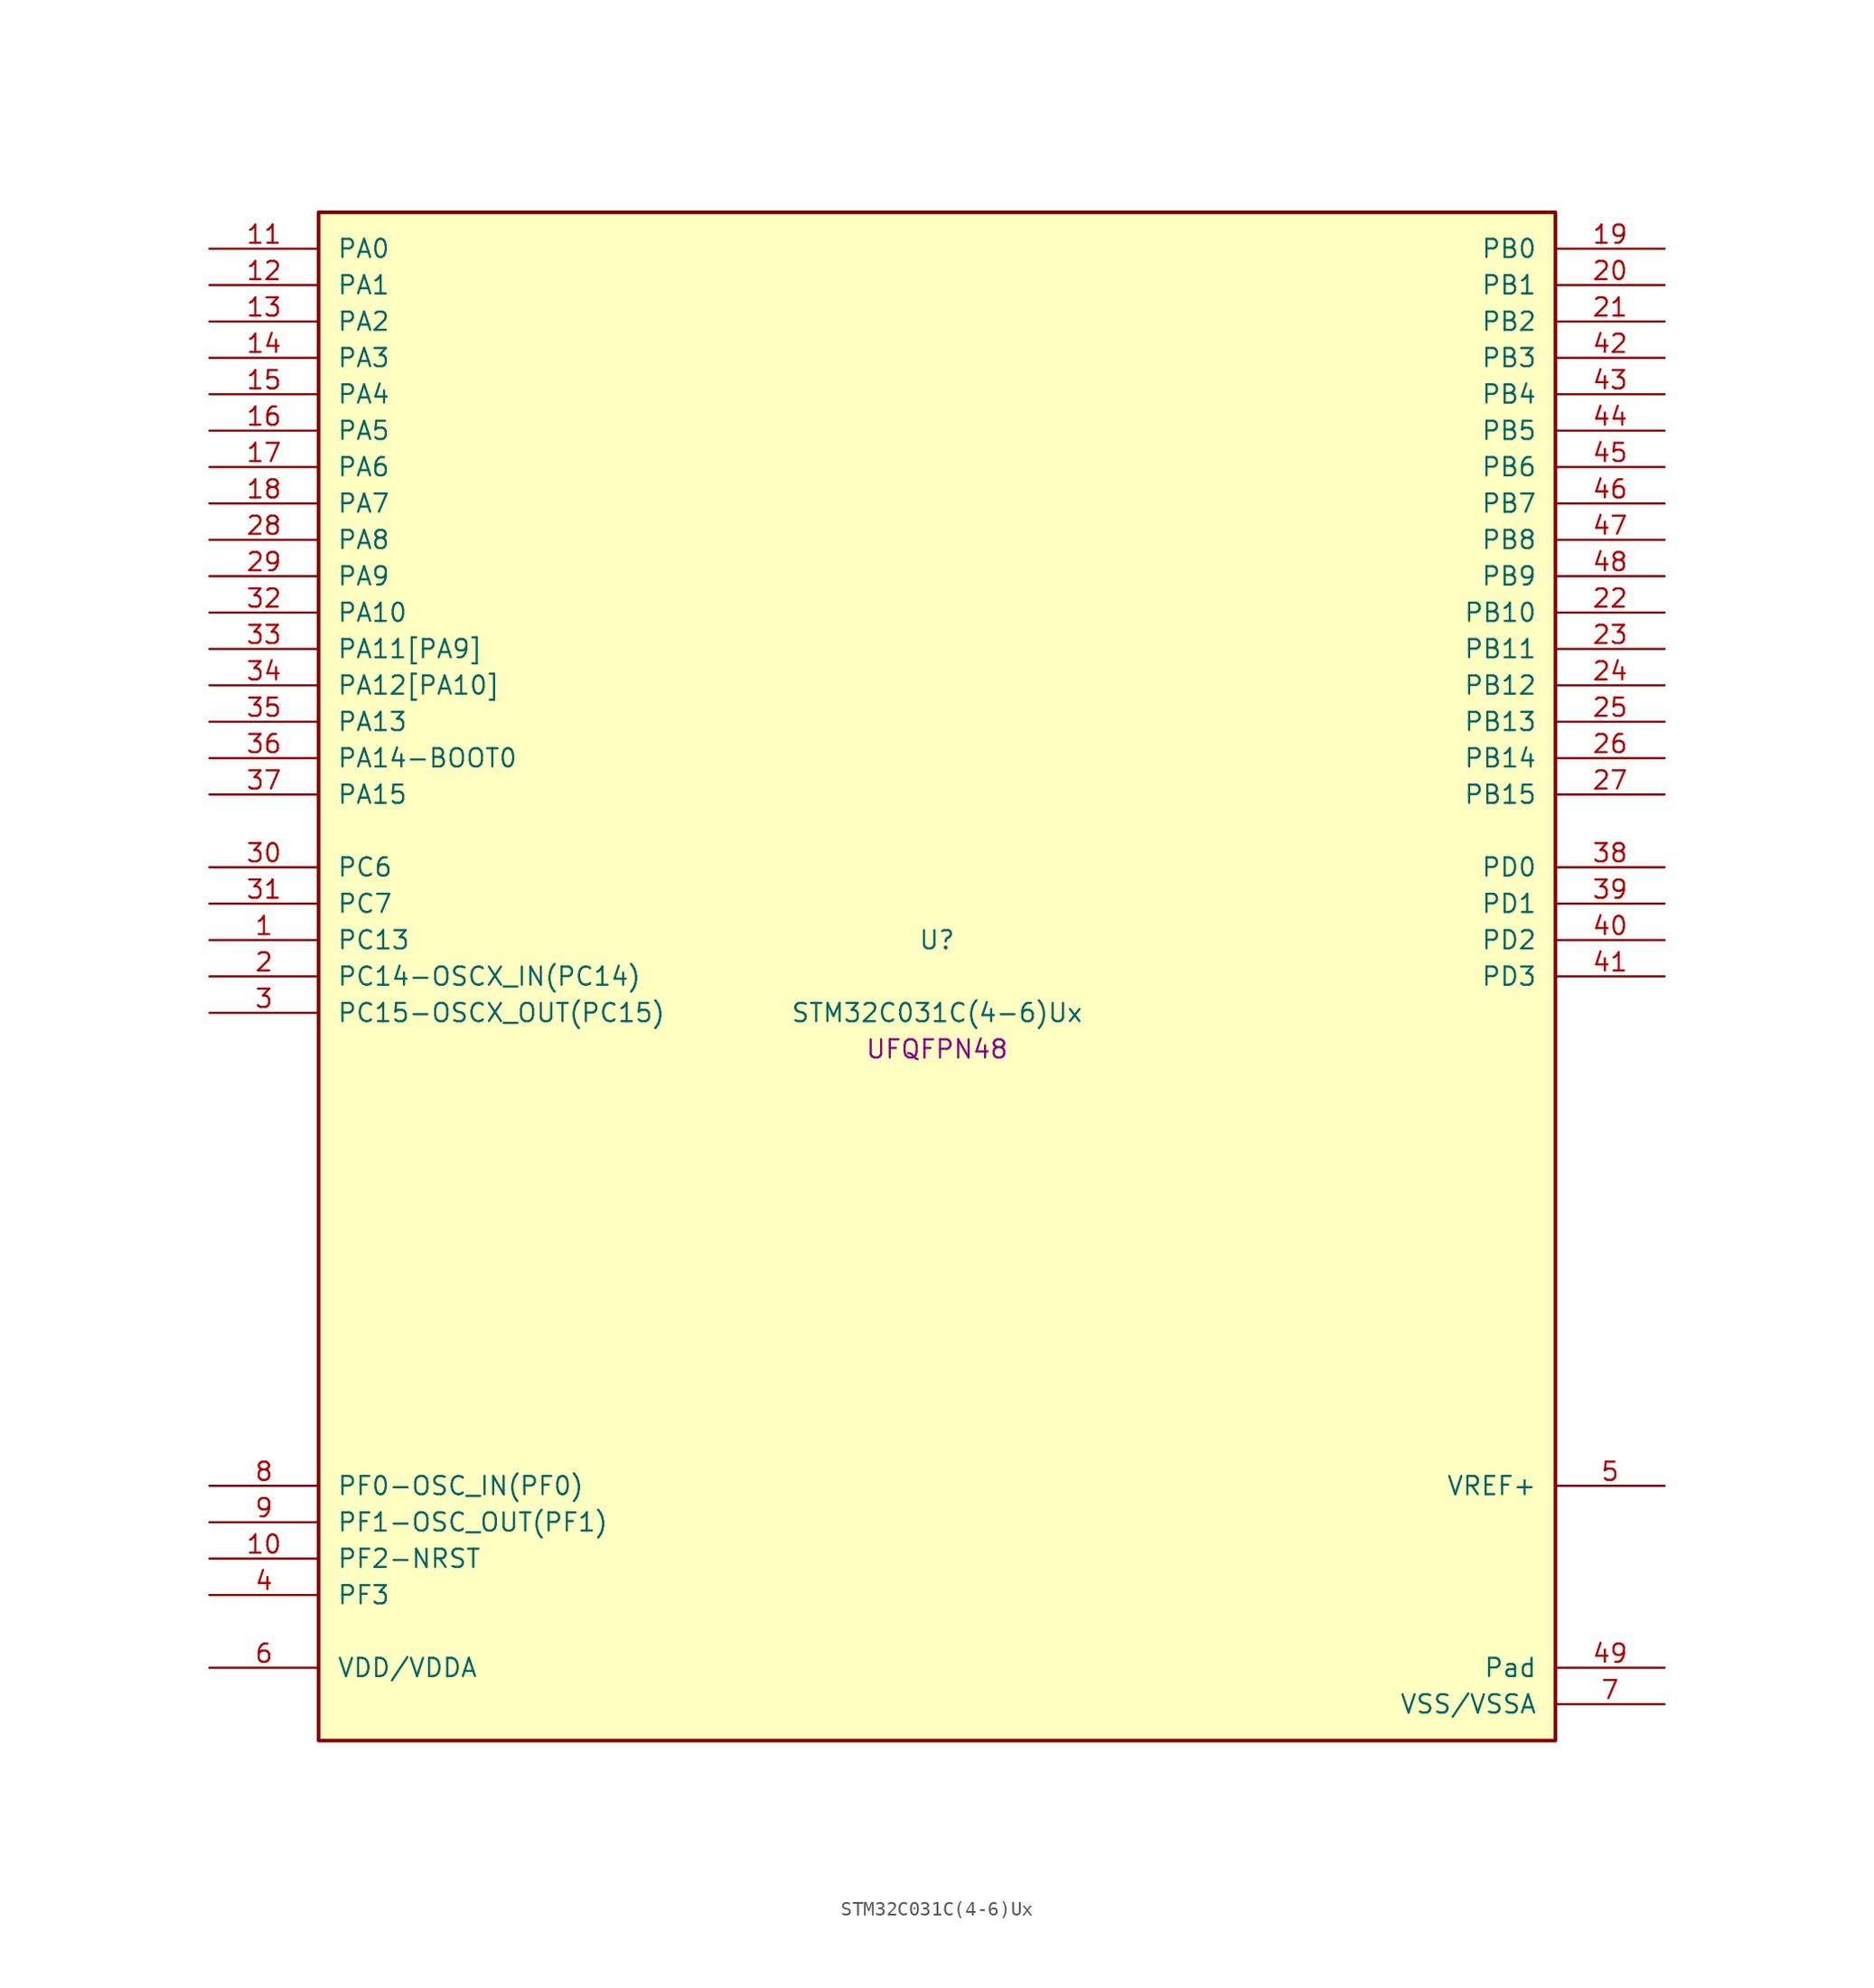
<source format=kicad_sym>
(kicad_symbol_lib
  (version 20241209)
  (generator "stm32_pkl_generator")
  (generator_version "1.0")
  (symbol "STM32C031C(4-6)Ux"
    (pin_names
      (offset 1.27))
    (property "Reference" "U"
      (at 0 2.54 0))
    (property "Value" "STM32C031C(4-6)Ux"
      (at 0 -2.54 0))
    (property "Footprint" "UFQFPN48"
      (at 0 -5.08 0))
    (symbol "STM32C031C(4-6)Ux_1_1"
      (rectangle (start -43.18 53.34) (end 43.18 -53.34) (stroke (width 0.254) (type solid)) (fill (type background)))
      (pin bidirectional line (at -50.8 50.8 0) (length 7.62) (name "PA0") (number "11") (alternate "PA0/ADC1_IN0" bidirectional line) (alternate "PA0/PWR_WKUP1" bidirectional line) (alternate "PA0/TIM16_CH1" bidirectional line) (alternate "PA0/TIM1_CH1" bidirectional line) (alternate "PA0/USART1_TX" bidirectional line) (alternate "PA0/USART2_CTS" bidirectional line) (alternate "PA0/USART2_NSS" bidirectional line))
      (pin bidirectional line (at -50.8 48.26 0) (length 7.62) (name "PA1") (number "12") (alternate "PA1/ADC1_IN1" bidirectional line) (alternate "PA1/I2C1_SMBA" bidirectional line) (alternate "PA1/I2S1_CK" bidirectional line) (alternate "PA1/SPI1_SCK" bidirectional line) (alternate "PA1/TIM17_CH1" bidirectional line) (alternate "PA1/TIM1_CH2" bidirectional line) (alternate "PA1/USART1_RX" bidirectional line) (alternate "PA1/USART2_CK" bidirectional line) (alternate "PA1/USART2_DE" bidirectional line) (alternate "PA1/USART2_RTS" bidirectional line))
      (pin bidirectional line (at -50.8 45.72 0) (length 7.62) (name "PA2") (number "13") (alternate "PA2/ADC1_IN2" bidirectional line) (alternate "PA2/I2S1_SD" bidirectional line) (alternate "PA2/PWR_WKUP4" bidirectional line) (alternate "PA2/RCC_LSCO" bidirectional line) (alternate "PA2/SPI1_MOSI" bidirectional line) (alternate "PA2/TIM16_CH1N" bidirectional line) (alternate "PA2/TIM1_CH3" bidirectional line) (alternate "PA2/TIM3_ETR" bidirectional line) (alternate "PA2/USART2_TX" bidirectional line))
      (pin bidirectional line (at -50.8 43.18 0) (length 7.62) (name "PA3") (number "14") (alternate "PA3/ADC1_IN3" bidirectional line) (alternate "PA3/TIM1_CH1N" bidirectional line) (alternate "PA3/TIM1_CH4" bidirectional line) (alternate "PA3/USART2_RX" bidirectional line))
      (pin bidirectional line (at -50.8 40.64 0) (length 7.62) (name "PA4") (number "15") (alternate "PA4/ADC1_IN4" bidirectional line) (alternate "PA4/I2S1_WS" bidirectional line) (alternate "PA4/RTC_OUT2" bidirectional line) (alternate "PA4/SPI1_NSS" bidirectional line) (alternate "PA4/TIM14_CH1" bidirectional line) (alternate "PA4/TIM17_CH1N" bidirectional line) (alternate "PA4/TIM1_CH2N" bidirectional line) (alternate "PA4/USART2_TX" bidirectional line))
      (pin bidirectional line (at -50.8 38.1 0) (length 7.62) (name "PA5") (number "16") (alternate "PA5/ADC1_IN5" bidirectional line) (alternate "PA5/I2S1_CK" bidirectional line) (alternate "PA5/SPI1_SCK" bidirectional line) (alternate "PA5/TIM1_CH1" bidirectional line) (alternate "PA5/TIM1_CH3N" bidirectional line) (alternate "PA5/USART2_RX" bidirectional line))
      (pin bidirectional line (at -50.8 35.56 0) (length 7.62) (name "PA6") (number "17") (alternate "PA6/ADC1_IN6" bidirectional line) (alternate "PA6/I2S1_MCK" bidirectional line) (alternate "PA6/SPI1_MISO" bidirectional line) (alternate "PA6/TIM16_CH1" bidirectional line) (alternate "PA6/TIM1_BKIN" bidirectional line) (alternate "PA6/TIM3_CH1" bidirectional line))
      (pin bidirectional line (at -50.8 33.02 0) (length 7.62) (name "PA7") (number "18") (alternate "PA7/ADC1_IN7" bidirectional line) (alternate "PA7/I2S1_SD" bidirectional line) (alternate "PA7/SPI1_MOSI" bidirectional line) (alternate "PA7/TIM14_CH1" bidirectional line) (alternate "PA7/TIM17_CH1" bidirectional line) (alternate "PA7/TIM1_CH1N" bidirectional line) (alternate "PA7/TIM3_CH2" bidirectional line))
      (pin bidirectional line (at -50.8 30.48 0) (length 7.62) (name "PA8") (number "28") (alternate "PA8/ADC1_IN8" bidirectional line) (alternate "PA8/I2S1_WS" bidirectional line) (alternate "PA8/RCC_MCO" bidirectional line) (alternate "PA8/RCC_MCO_2" bidirectional line) (alternate "PA8/SPI1_NSS" bidirectional line) (alternate "PA8/TIM14_CH1" bidirectional line) (alternate "PA8/TIM1_CH1" bidirectional line) (alternate "PA8/TIM1_CH2N" bidirectional line) (alternate "PA8/TIM1_CH3N" bidirectional line) (alternate "PA8/TIM3_CH3" bidirectional line) (alternate "PA8/TIM3_CH4" bidirectional line) (alternate "PA8/USART1_RX" bidirectional line) (alternate "PA8/USART2_TX" bidirectional line))
      (pin bidirectional line (at -50.8 27.94 0) (length 7.62) (name "PA9") (number "29") (alternate "PA9/I2C1_SCL" bidirectional line) (alternate "PA9/RCC_MCO" bidirectional line) (alternate "PA9/TIM1_CH2" bidirectional line) (alternate "PA9/TIM3_ETR" bidirectional line) (alternate "PA9/USART1_TX" bidirectional line) (alternate "PA9/NC" bidirectional line))
      (pin bidirectional line (at -50.8 25.4 0) (length 7.62) (name "PA10") (number "32") (alternate "PA10/I2C1_SDA" bidirectional line) (alternate "PA10/RCC_MCO_2" bidirectional line) (alternate "PA10/TIM17_BKIN" bidirectional line) (alternate "PA10/TIM1_CH3" bidirectional line) (alternate "PA10/USART1_RX" bidirectional line) (alternate "PA10/NC" bidirectional line))
      (pin bidirectional line (at -50.8 22.86 0) (length 7.62) (name "PA11[PA9]") (number "33") (alternate "PA11[PA9]/ADC1_EXTI11" bidirectional line) (alternate "PA11[PA9]/ADC1_IN11" bidirectional line) (alternate "PA11[PA9]/I2S1_MCK" bidirectional line) (alternate "PA11[PA9]/SPI1_MISO" bidirectional line) (alternate "PA11[PA9]/TIM1_BKIN2" bidirectional line) (alternate "PA11[PA9]/TIM1_CH4" bidirectional line) (alternate "PA11[PA9]/USART1_CTS" bidirectional line) (alternate "PA11[PA9]/USART1_NSS" bidirectional line) (alternate "PA11[PA9]/PA9[PA11]" bidirectional line) (alternate "PA11[PA9]/I2C1_SCL" bidirectional line) (alternate "PA11[PA9]/RCC_MCO" bidirectional line) (alternate "PA11[PA9]/TIM1_CH2" bidirectional line) (alternate "PA11[PA9]/TIM3_ETR" bidirectional line) (alternate "PA11[PA9]/USART1_TX" bidirectional line))
      (pin bidirectional line (at -50.8 20.32 0) (length 7.62) (name "PA12[PA10]") (number "34") (alternate "PA12[PA10]/ADC1_IN12" bidirectional line) (alternate "PA12[PA10]/I2S1_SD" bidirectional line) (alternate "PA12[PA10]/I2S_CKIN" bidirectional line) (alternate "PA12[PA10]/SPI1_MOSI" bidirectional line) (alternate "PA12[PA10]/TIM1_ETR" bidirectional line) (alternate "PA12[PA10]/USART1_CK" bidirectional line) (alternate "PA12[PA10]/USART1_DE" bidirectional line) (alternate "PA12[PA10]/USART1_RTS" bidirectional line) (alternate "PA12[PA10]/PA10[PA12]" bidirectional line) (alternate "PA12[PA10]/I2C1_SDA" bidirectional line) (alternate "PA12[PA10]/RCC_MCO_2" bidirectional line) (alternate "PA12[PA10]/TIM17_BKIN" bidirectional line) (alternate "PA12[PA10]/TIM1_CH3" bidirectional line) (alternate "PA12[PA10]/USART1_RX" bidirectional line))
      (pin bidirectional line (at -50.8 17.78 0) (length 7.62) (name "PA13") (number "35") (alternate "PA13/ADC1_IN13" bidirectional line) (alternate "PA13/DEBUG_SWDIO" bidirectional line) (alternate "PA13/IR_OUT" bidirectional line) (alternate "PA13/TIM3_ETR" bidirectional line) (alternate "PA13/USART2_RX" bidirectional line))
      (pin bidirectional line (at -50.8 15.24 0) (length 7.62) (name "PA14-BOOT0") (number "36") (alternate "PA14-BOOT0/ADC1_IN14" bidirectional line) (alternate "PA14-BOOT0/DEBUG_SWCLK" bidirectional line) (alternate "PA14-BOOT0/I2S1_WS" bidirectional line) (alternate "PA14-BOOT0/RCC_MCO_2" bidirectional line) (alternate "PA14-BOOT0/SPI1_NSS" bidirectional line) (alternate "PA14-BOOT0/TIM1_CH1" bidirectional line) (alternate "PA14-BOOT0/USART1_CK" bidirectional line) (alternate "PA14-BOOT0/USART1_DE" bidirectional line) (alternate "PA14-BOOT0/USART1_RTS" bidirectional line) (alternate "PA14-BOOT0/USART2_RX" bidirectional line) (alternate "PA14-BOOT0/USART2_TX" bidirectional line))
      (pin bidirectional line (at -50.8 12.7 0) (length 7.62) (name "PA15") (number "37") (alternate "PA15/I2S1_WS" bidirectional line) (alternate "PA15/RCC_MCO_2" bidirectional line) (alternate "PA15/SPI1_NSS" bidirectional line) (alternate "PA15/TIM1_CH1" bidirectional line) (alternate "PA15/USART1_CK" bidirectional line) (alternate "PA15/USART1_DE" bidirectional line) (alternate "PA15/USART1_RTS" bidirectional line) (alternate "PA15/USART2_RX" bidirectional line))
      (pin bidirectional line (at 50.8 50.8 180) (length 7.62) (name "PB0") (number "19") (alternate "PB0/ADC1_IN17" bidirectional line) (alternate "PB0/I2S1_WS" bidirectional line) (alternate "PB0/SPI1_NSS" bidirectional line) (alternate "PB0/TIM1_CH2N" bidirectional line) (alternate "PB0/TIM3_CH3" bidirectional line))
      (pin bidirectional line (at 50.8 48.26 180) (length 7.62) (name "PB1") (number "20") (alternate "PB1/ADC1_IN18" bidirectional line) (alternate "PB1/TIM14_CH1" bidirectional line) (alternate "PB1/TIM1_CH2N" bidirectional line) (alternate "PB1/TIM1_CH3N" bidirectional line) (alternate "PB1/TIM3_CH4" bidirectional line))
      (pin bidirectional line (at 50.8 45.72 180) (length 7.62) (name "PB2") (number "21") (alternate "PB2/ADC1_IN19" bidirectional line) (alternate "PB2/RCC_MCO_2" bidirectional line) (alternate "PB2/USART1_RX" bidirectional line))
      (pin bidirectional line (at 50.8 43.18 180) (length 7.62) (name "PB3") (number "42") (alternate "PB3/I2S1_CK" bidirectional line) (alternate "PB3/SPI1_SCK" bidirectional line) (alternate "PB3/TIM1_CH2" bidirectional line) (alternate "PB3/TIM3_CH2" bidirectional line) (alternate "PB3/USART1_CK" bidirectional line) (alternate "PB3/USART1_DE" bidirectional line) (alternate "PB3/USART1_RTS" bidirectional line))
      (pin bidirectional line (at 50.8 40.64 180) (length 7.62) (name "PB4") (number "43") (alternate "PB4/I2S1_MCK" bidirectional line) (alternate "PB4/SPI1_MISO" bidirectional line) (alternate "PB4/TIM17_BKIN" bidirectional line) (alternate "PB4/TIM3_CH1" bidirectional line) (alternate "PB4/USART1_CTS" bidirectional line) (alternate "PB4/USART1_NSS" bidirectional line))
      (pin bidirectional line (at 50.8 38.1 180) (length 7.62) (name "PB5") (number "44") (alternate "PB5/I2C1_SMBA" bidirectional line) (alternate "PB5/I2S1_SD" bidirectional line) (alternate "PB5/PWR_WKUP6" bidirectional line) (alternate "PB5/SPI1_MOSI" bidirectional line) (alternate "PB5/TIM16_BKIN" bidirectional line) (alternate "PB5/TIM3_CH2" bidirectional line) (alternate "PB5/TIM3_CH3" bidirectional line))
      (pin bidirectional line (at 50.8 35.56 180) (length 7.62) (name "PB6") (number "45") (alternate "PB6/I2C1_SCL" bidirectional line) (alternate "PB6/I2C1_SMBA" bidirectional line) (alternate "PB6/I2S1_CK" bidirectional line) (alternate "PB6/I2S1_MCK" bidirectional line) (alternate "PB6/I2S1_SD" bidirectional line) (alternate "PB6/PWR_WKUP3" bidirectional line) (alternate "PB6/SPI1_MISO" bidirectional line) (alternate "PB6/SPI1_MOSI" bidirectional line) (alternate "PB6/SPI1_SCK" bidirectional line) (alternate "PB6/TIM16_BKIN" bidirectional line) (alternate "PB6/TIM16_CH1N" bidirectional line) (alternate "PB6/TIM17_BKIN" bidirectional line) (alternate "PB6/TIM1_CH2" bidirectional line) (alternate "PB6/TIM1_CH3" bidirectional line) (alternate "PB6/TIM3_CH1" bidirectional line) (alternate "PB6/TIM3_CH2" bidirectional line) (alternate "PB6/TIM3_CH3" bidirectional line) (alternate "PB6/USART1_CK" bidirectional line) (alternate "PB6/USART1_CTS" bidirectional line) (alternate "PB6/USART1_DE" bidirectional line) (alternate "PB6/USART1_NSS" bidirectional line) (alternate "PB6/USART1_RTS" bidirectional line) (alternate "PB6/USART1_TX" bidirectional line))
      (pin bidirectional line (at 50.8 33.02 180) (length 7.62) (name "PB7") (number "46") (alternate "PB7/I2C1_SCL" bidirectional line) (alternate "PB7/I2C1_SDA" bidirectional line) (alternate "PB7/TIM16_CH1" bidirectional line) (alternate "PB7/TIM17_CH1N" bidirectional line) (alternate "PB7/TIM1_CH4" bidirectional line) (alternate "PB7/TIM3_CH1" bidirectional line) (alternate "PB7/TIM3_CH4" bidirectional line) (alternate "PB7/USART1_RX" bidirectional line) (alternate "PB7/USART2_CTS" bidirectional line) (alternate "PB7/USART2_NSS" bidirectional line))
      (pin bidirectional line (at 50.8 30.48 180) (length 7.62) (name "PB8") (number "47") (alternate "PB8/I2C1_SCL" bidirectional line) (alternate "PB8/TIM16_CH1" bidirectional line) (alternate "PB8/TIM3_CH1" bidirectional line) (alternate "PB8/USART2_CTS" bidirectional line) (alternate "PB8/USART2_NSS" bidirectional line))
      (pin bidirectional line (at 50.8 27.94 180) (length 7.62) (name "PB9") (number "48") (alternate "PB9/I2C1_SDA" bidirectional line) (alternate "PB9/IR_OUT" bidirectional line) (alternate "PB9/TIM17_CH1" bidirectional line) (alternate "PB9/TIM3_CH2" bidirectional line) (alternate "PB9/USART2_CK" bidirectional line) (alternate "PB9/USART2_DE" bidirectional line) (alternate "PB9/USART2_RTS" bidirectional line))
      (pin bidirectional line (at 50.8 25.4 180) (length 7.62) (name "PB10") (number "22") (alternate "PB10/ADC1_IN20" bidirectional line))
      (pin bidirectional line (at 50.8 22.86 180) (length 7.62) (name "PB11") (number "23") (alternate "PB11/ADC1_EXTI11" bidirectional line) (alternate "PB11/ADC1_IN21" bidirectional line))
      (pin bidirectional line (at 50.8 20.32 180) (length 7.62) (name "PB12") (number "24") (alternate "PB12/ADC1_IN22" bidirectional line) (alternate "PB12/TIM1_BKIN" bidirectional line) (alternate "PB12/TIM1_BKIN2" bidirectional line))
      (pin bidirectional line (at 50.8 17.78 180) (length 7.62) (name "PB13") (number "25") (alternate "PB13/TIM1_CH1N" bidirectional line))
      (pin bidirectional line (at 50.8 15.24 180) (length 7.62) (name "PB14") (number "26") (alternate "PB14/TIM1_CH2N" bidirectional line))
      (pin bidirectional line (at 50.8 12.7 180) (length 7.62) (name "PB15") (number "27") (alternate "PB15/RTC_REFIN" bidirectional line) (alternate "PB15/TIM1_CH3N" bidirectional line))
      (pin bidirectional line (at -50.8 7.62 0) (length 7.62) (name "PC6") (number "30") (alternate "PC6/TIM3_CH1" bidirectional line))
      (pin bidirectional line (at -50.8 5.08 0) (length 7.62) (name "PC7") (number "31") (alternate "PC7/TIM3_CH2" bidirectional line))
      (pin bidirectional line (at -50.8 2.54 0) (length 7.62) (name "PC13") (number "1") (alternate "PC13/PWR_WKUP2" bidirectional line) (alternate "PC13/RTC_OUT1" bidirectional line) (alternate "PC13/RTC_TS" bidirectional line) (alternate "PC13/TIM1_BKIN" bidirectional line) (alternate "PC13/TIM1_ETR" bidirectional line))
      (pin bidirectional line (at -50.8 0 0) (length 7.62) (name "PC14-OSCX_IN(PC14)") (number "2") (alternate "PC14-OSCX_IN(PC14)/I2C1_SDA" bidirectional line) (alternate "PC14-OSCX_IN(PC14)/IR_OUT" bidirectional line) (alternate "PC14-OSCX_IN(PC14)/RCC_OSCX_IN" bidirectional line) (alternate "PC14-OSCX_IN(PC14)/TIM17_CH1" bidirectional line) (alternate "PC14-OSCX_IN(PC14)/TIM1_BKIN2" bidirectional line) (alternate "PC14-OSCX_IN(PC14)/TIM1_ETR" bidirectional line) (alternate "PC14-OSCX_IN(PC14)/TIM3_CH2" bidirectional line) (alternate "PC14-OSCX_IN(PC14)/USART1_TX" bidirectional line) (alternate "PC14-OSCX_IN(PC14)/USART2_CK" bidirectional line) (alternate "PC14-OSCX_IN(PC14)/USART2_DE" bidirectional line) (alternate "PC14-OSCX_IN(PC14)/USART2_RTS" bidirectional line))
      (pin bidirectional line (at -50.8 -2.54 0) (length 7.62) (name "PC15-OSCX_OUT(PC15)") (number "3") (alternate "PC15-OSCX_OUT(PC15)/RCC_OSC32_EN" bidirectional line) (alternate "PC15-OSCX_OUT(PC15)/RCC_OSCX_OUT" bidirectional line) (alternate "PC15-OSCX_OUT(PC15)/RCC_OSC_EN" bidirectional line) (alternate "PC15-OSCX_OUT(PC15)/TIM1_ETR" bidirectional line) (alternate "PC15-OSCX_OUT(PC15)/TIM3_CH3" bidirectional line))
      (pin bidirectional line (at 50.8 7.62 180) (length 7.62) (name "PD0") (number "38") (alternate "PD0/TIM16_CH1" bidirectional line))
      (pin bidirectional line (at 50.8 5.08 180) (length 7.62) (name "PD1") (number "39") (alternate "PD1/TIM17_CH1" bidirectional line))
      (pin bidirectional line (at 50.8 2.54 180) (length 7.62) (name "PD2") (number "40") (alternate "PD2/TIM1_CH1N" bidirectional line) (alternate "PD2/TIM3_ETR" bidirectional line))
      (pin bidirectional line (at 50.8 0 180) (length 7.62) (name "PD3") (number "41") (alternate "PD3/TIM1_CH2N" bidirectional line) (alternate "PD3/USART2_CTS" bidirectional line) (alternate "PD3/USART2_NSS" bidirectional line))
      (pin bidirectional line (at -50.8 -35.56 0) (length 7.62) (name "PF0-OSC_IN(PF0)") (number "8") (alternate "PF0-OSC_IN(PF0)/RCC_OSC_IN" bidirectional line) (alternate "PF0-OSC_IN(PF0)/TIM14_CH1" bidirectional line))
      (pin bidirectional line (at -50.8 -38.1 0) (length 7.62) (name "PF1-OSC_OUT(PF1)") (number "9") (alternate "PF1-OSC_OUT(PF1)/RCC_OSC_EN" bidirectional line) (alternate "PF1-OSC_OUT(PF1)/RCC_OSC_OUT" bidirectional line))
      (pin bidirectional line (at -50.8 -40.64 0) (length 7.62) (name "PF2-NRST") (number "10") (alternate "PF2-NRST/RCC_MCO" bidirectional line) (alternate "PF2-NRST/TIM1_CH4" bidirectional line))
      (pin bidirectional line (at -50.8 -43.18 0) (length 7.62) (name "PF3") (number "4"))
      (pin bidirectional line (at 50.8 -35.56 180) (length 7.62) (name "VREF+") (number "5"))
      (pin power_in line (at -50.8 -48.26 0) (length 7.62) (name "VDD/VDDA") (number "6"))
      (pin passive line (at 50.8 -48.26 180) (length 7.62) (name "Pad") (number "49"))
      (pin power_in line (at 50.8 -50.8 180) (length 7.62) (name "VSS/VSSA") (number "7")))))
</source>
